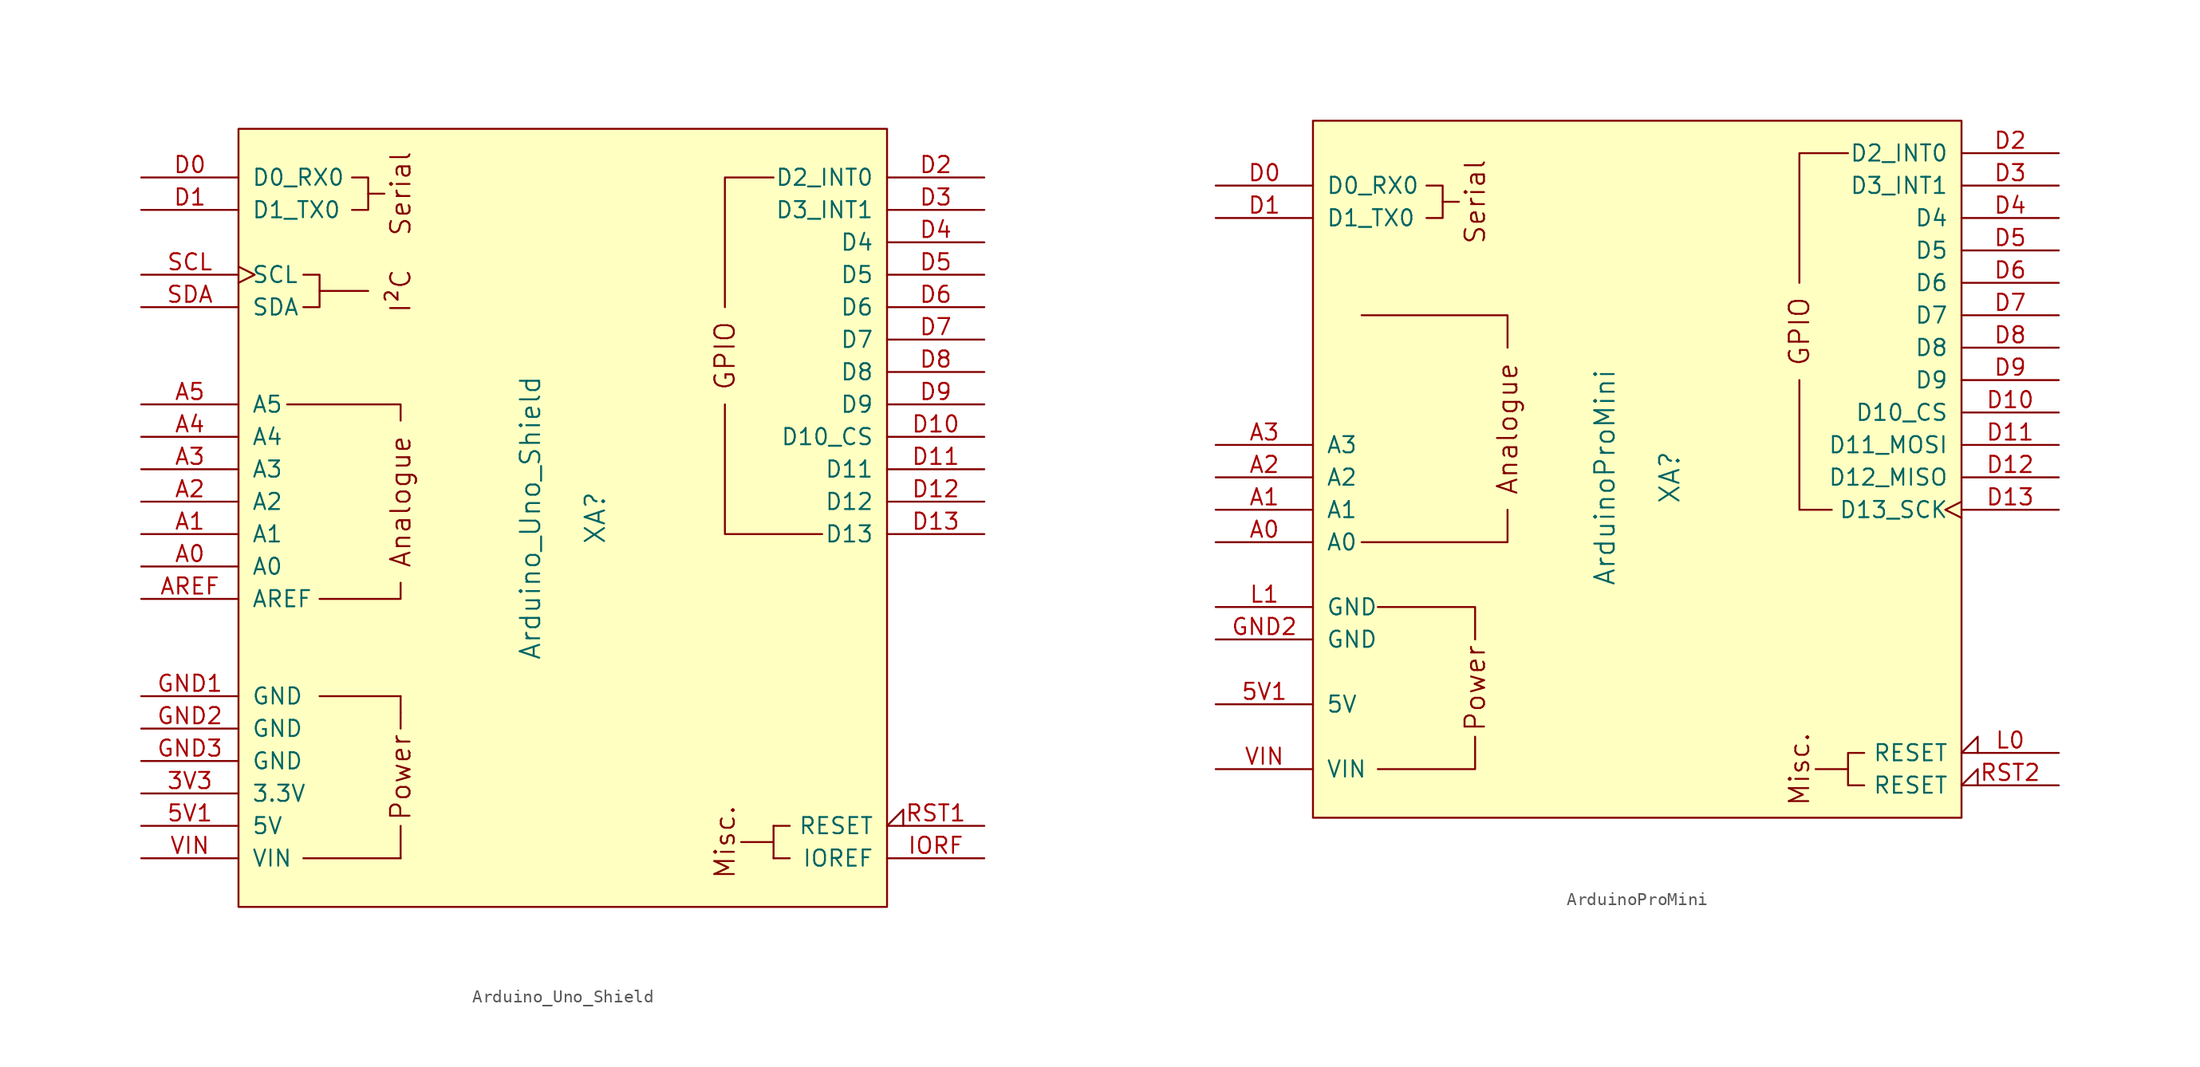
<source format=kicad_sym>
(kicad_symbol_lib
  (version 20211014)
  (generator kicad_symbol_editor)
  (symbol "Arduino_Uno_Shield"
    (pin_names
      (offset 1.016))
    (property "Reference" "XA"
      (at 2.54 0 90)
      (effects (font (size 1.524 1.524))))
    (property "Value" "Arduino_Uno_Shield"
      (at -2.54 0 90)
      (effects (font (size 1.524 1.524))))
    (symbol "Arduino_Uno_Shield_0_0"
      (rectangle (start -25.4 30.48) (end 25.4 -30.48) (stroke (width 0) (type default) (color 0 0 0 0)) (fill (type background)))
      (rectangle (start -20.32 -26.67) (end -12.7 -26.67) (stroke (width 0) (type default) (color 0 0 0 0)) (fill (type none)))
      (rectangle (start -19.05 -13.97) (end -12.7 -13.97) (stroke (width 0) (type default) (color 0 0 0 0)) (fill (type none)))
      (polyline (pts (xy -19.05 17.78) (xy -15.24 17.78)) (stroke (width 0) (type default) (color 0 0 0 0)) (fill (type none)))
      (polyline (pts (xy -15.24 25.4) (xy -13.97 25.4)) (stroke (width 0) (type default) (color 0 0 0 0)) (fill (type none)))
      (polyline (pts (xy -12.7 -26.67) (xy -12.7 -24.13)) (stroke (width 0) (type default) (color 0 0 0 0)) (fill (type none)))
      (polyline (pts (xy -12.7 -15.24) (xy -12.7 -16.51)) (stroke (width 0) (type default) (color 0 0 0 0)) (fill (type none)))
      (polyline (pts (xy -12.7 -13.97) (xy -12.7 -15.24)) (stroke (width 0) (type default) (color 0 0 0 0)) (fill (type none)))
      (polyline (pts (xy -12.7 -5.08) (xy -12.7 -6.35) (xy -19.05 -6.35)) (stroke (width 0) (type default) (color 0 0 0 0)) (fill (type none)))
      (polyline (pts (xy -12.7 7.62) (xy -12.7 8.89) (xy -21.59 8.89)) (stroke (width 0) (type default) (color 0 0 0 0)) (fill (type none)))
      (polyline (pts (xy 12.7 8.89) (xy 12.7 -1.27) (xy 20.32 -1.27)) (stroke (width 0) (type default) (color 0 0 0 0)) (fill (type none)))
      (polyline (pts (xy 12.7 16.51) (xy 12.7 26.67) (xy 16.51 26.67)) (stroke (width 0) (type default) (color 0 0 0 0)) (fill (type none)))
      (polyline (pts (xy -20.32 19.05) (xy -19.05 19.05) (xy -19.05 16.51) (xy -20.32 16.51)) (stroke (width 0) (type default) (color 0 0 0 0)) (fill (type none)))
      (polyline (pts (xy -16.51 26.67) (xy -15.24 26.67) (xy -15.24 24.13) (xy -16.51 24.13)) (stroke (width 0) (type default) (color 0 0 0 0)) (fill (type none)))
      (rectangle (start 16.51 -25.4) (end 13.97 -25.4) (stroke (width 0) (type default) (color 0 0 0 0)) (fill (type none)))
      (rectangle (start 16.51 -24.13) (end 16.51 -26.67) (stroke (width 0) (type default) (color 0 0 0 0)) (fill (type none)))
      (rectangle (start 17.78 -26.67) (end 16.51 -26.67) (stroke (width 0) (type default) (color 0 0 0 0)) (fill (type none)))
      (rectangle (start 17.78 -24.13) (end 16.51 -24.13) (stroke (width 0) (type default) (color 0 0 0 0)) (fill (type none)))
      (text "Analogue" (at -12.7 1.27 900) (effects (font (size 1.524 1.524))))
      (text "I²C" (at -12.7 17.78 900) (effects (font (size 1.524 1.524))))
      (text "Misc." (at 12.7 -25.4 900) (effects (font (size 1.524 1.524))))
      (text "Power" (at -12.7 -20.32 900) (effects (font (size 1.524 1.524))))
      (text "Serial" (at -12.7 25.4 900) (effects (font (size 1.524 1.524)))))
    (symbol "Arduino_Uno_Shield_1_0"
      (text "GPIO" (at 12.7 12.7 900) (effects (font (size 1.524 1.524)))))
    (symbol "Arduino_Uno_Shield_1_1"
      (pin power_in line (at -33.02 -21.59 0) (length 7.62) (name "3.3V" (effects (font (size 1.27 1.27)))) (number "3V3" (effects (font (size 1.27 1.27)))))
      (pin power_in line (at -33.02 -24.13 0) (length 7.62) (name "5V" (effects (font (size 1.27 1.27)))) (number "5V1" (effects (font (size 1.27 1.27)))))
      (pin bidirectional line (at -33.02 -3.81 0) (length 7.62) (name "A0" (effects (font (size 1.27 1.27)))) (number "A0" (effects (font (size 1.27 1.27)))))
      (pin bidirectional line (at -33.02 -1.27 0) (length 7.62) (name "A1" (effects (font (size 1.27 1.27)))) (number "A1" (effects (font (size 1.27 1.27)))))
      (pin bidirectional line (at -33.02 1.27 0) (length 7.62) (name "A2" (effects (font (size 1.27 1.27)))) (number "A2" (effects (font (size 1.27 1.27)))))
      (pin bidirectional line (at -33.02 3.81 0) (length 7.62) (name "A3" (effects (font (size 1.27 1.27)))) (number "A3" (effects (font (size 1.27 1.27)))))
      (pin bidirectional line (at -33.02 6.35 0) (length 7.62) (name "A4" (effects (font (size 1.27 1.27)))) (number "A4" (effects (font (size 1.27 1.27)))))
      (pin bidirectional line (at -33.02 8.89 0) (length 7.62) (name "A5" (effects (font (size 1.27 1.27)))) (number "A5" (effects (font (size 1.27 1.27)))))
      (pin input line (at -33.02 -6.35 0) (length 7.62) (name "AREF" (effects (font (size 1.27 1.27)))) (number "AREF" (effects (font (size 1.27 1.27)))))
      (pin bidirectional line (at -33.02 26.67 0) (length 7.62) (name "D0_RX0" (effects (font (size 1.27 1.27)))) (number "D0" (effects (font (size 1.27 1.27)))))
      (pin bidirectional line (at -33.02 24.13 0) (length 7.62) (name "D1_TX0" (effects (font (size 1.27 1.27)))) (number "D1" (effects (font (size 1.27 1.27)))))
      (pin bidirectional line (at 33.02 6.35 180) (length 7.62) (name "D10_CS" (effects (font (size 1.27 1.27)))) (number "D10" (effects (font (size 1.27 1.27)))))
      (pin bidirectional line (at 33.02 3.81 180) (length 7.62) (name "D11" (effects (font (size 1.27 1.27)))) (number "D11" (effects (font (size 1.27 1.27)))))
      (pin bidirectional line (at 33.02 1.27 180) (length 7.62) (name "D12" (effects (font (size 1.27 1.27)))) (number "D12" (effects (font (size 1.27 1.27)))))
      (pin bidirectional line (at 33.02 -1.27 180) (length 7.62) (name "D13" (effects (font (size 1.27 1.27)))) (number "D13" (effects (font (size 1.27 1.27)))))
      (pin bidirectional line (at 33.02 26.67 180) (length 7.62) (name "D2_INT0" (effects (font (size 1.27 1.27)))) (number "D2" (effects (font (size 1.27 1.27)))))
      (pin bidirectional line (at 33.02 24.13 180) (length 7.62) (name "D3_INT1" (effects (font (size 1.27 1.27)))) (number "D3" (effects (font (size 1.27 1.27)))))
      (pin bidirectional line (at 33.02 21.59 180) (length 7.62) (name "D4" (effects (font (size 1.27 1.27)))) (number "D4" (effects (font (size 1.27 1.27)))))
      (pin bidirectional line (at 33.02 19.05 180) (length 7.62) (name "D5" (effects (font (size 1.27 1.27)))) (number "D5" (effects (font (size 1.27 1.27)))))
      (pin bidirectional line (at 33.02 16.51 180) (length 7.62) (name "D6" (effects (font (size 1.27 1.27)))) (number "D6" (effects (font (size 1.27 1.27)))))
      (pin bidirectional line (at 33.02 13.97 180) (length 7.62) (name "D7" (effects (font (size 1.27 1.27)))) (number "D7" (effects (font (size 1.27 1.27)))))
      (pin bidirectional line (at 33.02 11.43 180) (length 7.62) (name "D8" (effects (font (size 1.27 1.27)))) (number "D8" (effects (font (size 1.27 1.27)))))
      (pin bidirectional line (at 33.02 8.89 180) (length 7.62) (name "D9" (effects (font (size 1.27 1.27)))) (number "D9" (effects (font (size 1.27 1.27)))))
      (pin power_in line (at -33.02 -13.97 0) (length 7.62) (name "GND" (effects (font (size 1.27 1.27)))) (number "GND1" (effects (font (size 1.27 1.27)))))
      (pin power_in line (at -33.02 -16.51 0) (length 7.62) (name "GND" (effects (font (size 1.27 1.27)))) (number "GND2" (effects (font (size 1.27 1.27)))))
      (pin power_in line (at -33.02 -19.05 0) (length 7.62) (name "GND" (effects (font (size 1.27 1.27)))) (number "GND3" (effects (font (size 1.27 1.27)))))
      (pin output line (at 33.02 -26.67 180) (length 7.62) (name "IOREF" (effects (font (size 1.27 1.27)))) (number "IORF" (effects (font (size 1.27 1.27)))))
      (pin open_collector input_low (at 33.02 -24.13 180) (length 7.62) (name "RESET" (effects (font (size 1.27 1.27)))) (number "RST1" (effects (font (size 1.27 1.27)))))
      (pin bidirectional clock (at -33.02 19.05 0) (length 7.62) (name "SCL" (effects (font (size 1.27 1.27)))) (number "SCL" (effects (font (size 1.27 1.27)))))
      (pin bidirectional line (at -33.02 16.51 0) (length 7.62) (name "SDA" (effects (font (size 1.27 1.27)))) (number "SDA" (effects (font (size 1.27 1.27)))))
      (pin power_in line (at -33.02 -26.67 0) (length 7.62) (name "VIN" (effects (font (size 1.27 1.27)))) (number "VIN" (effects (font (size 1.27 1.27)))))))
  (symbol "ArduinoProMini"
    (pin_names
      (offset 1.016))
    (property "Reference" "XA"
      (at 2.54 0 90)
      (effects (font (size 1.524 1.524))))
    (property "Value" "ArduinoProMini"
      (at -2.54 0 90)
      (effects (font (size 1.524 1.524))))
    (symbol "ArduinoProMini_0_0"
      (rectangle (start -25.4 27.94) (end 25.4 -26.67) (stroke (width 0) (type default) (color 0 0 0 0)) (fill (type background)))
      (polyline (pts (xy -15.24 21.59) (xy -13.97 21.59)) (stroke (width 0) (type default) (color 0 0 0 0)) (fill (type none)))
      (polyline (pts (xy 16.51 -22.86) (xy 13.97 -22.86)) (stroke (width 0) (type default) (color 0 0 0 0)) (fill (type none)))
      (polyline (pts (xy -20.32 -22.86) (xy -12.7 -22.86) (xy -12.7 -20.32)) (stroke (width 0) (type default) (color 0 0 0 0)) (fill (type none)))
      (polyline (pts (xy -12.7 -12.7) (xy -12.7 -10.16) (xy -20.32 -10.16)) (stroke (width 0) (type default) (color 0 0 0 0)) (fill (type none)))
      (polyline (pts (xy -10.16 -2.54) (xy -10.16 -5.08) (xy -21.59 -5.08)) (stroke (width 0) (type default) (color 0 0 0 0)) (fill (type none)))
      (polyline (pts (xy -10.16 10.16) (xy -10.16 12.7) (xy -21.59 12.7)) (stroke (width 0) (type default) (color 0 0 0 0)) (fill (type none)))
      (polyline (pts (xy -16.51 22.86) (xy -15.24 22.86) (xy -15.24 20.32) (xy -16.51 20.32)) (stroke (width 0) (type default) (color 0 0 0 0)) (fill (type none)))
      (text "Analogue" (at -10.16 3.81 900) (effects (font (size 1.524 1.524))))
      (text "Misc." (at 12.7 -22.86 900) (effects (font (size 1.524 1.524))))
      (text "Power" (at -12.7 -16.51 900) (effects (font (size 1.524 1.524))))
      (text "Serial" (at -12.7 21.59 900) (effects (font (size 1.524 1.524)))))
    (symbol "ArduinoProMini_0_1"
      (polyline (pts (xy 15.24 -2.54) (xy 12.7 -2.54) (xy 12.7 7.62)) (stroke (width 0) (type default) (color 0 0 0 0)) (fill (type none)))
      (polyline (pts (xy 16.51 25.4) (xy 12.7 25.4) (xy 12.7 15.24)) (stroke (width 0) (type default) (color 0 0 0 0)) (fill (type none)))
      (polyline (pts (xy 17.78 -21.59) (xy 16.51 -21.59) (xy 16.51 -24.13) (xy 17.78 -24.13)) (stroke (width 0) (type default) (color 0 0 0 0)) (fill (type none))))
    (symbol "ArduinoProMini_1_0"
      (text "GPIO" (at 12.7 11.43 900) (effects (font (size 1.524 1.524)))))
    (symbol "ArduinoProMini_1_1"
      (pin power_in line (at -33.02 -17.78 0) (length 7.62) (name "5V" (effects (font (size 1.27 1.27)))) (number "5V1" (effects (font (size 1.27 1.27)))))
      (pin bidirectional line (at -33.02 -5.08 0) (length 7.62) (name "A0" (effects (font (size 1.27 1.27)))) (number "A0" (effects (font (size 1.27 1.27)))))
      (pin bidirectional line (at -33.02 -2.54 0) (length 7.62) (name "A1" (effects (font (size 1.27 1.27)))) (number "A1" (effects (font (size 1.27 1.27)))))
      (pin bidirectional line (at -33.02 0 0) (length 7.62) (name "A2" (effects (font (size 1.27 1.27)))) (number "A2" (effects (font (size 1.27 1.27)))))
      (pin bidirectional line (at -33.02 2.54 0) (length 7.62) (name "A3" (effects (font (size 1.27 1.27)))) (number "A3" (effects (font (size 1.27 1.27)))))
      (pin bidirectional line (at -33.02 22.86 0) (length 7.62) (name "D0_RX0" (effects (font (size 1.27 1.27)))) (number "D0" (effects (font (size 1.27 1.27)))))
      (pin bidirectional line (at -33.02 20.32 0) (length 7.62) (name "D1_TX0" (effects (font (size 1.27 1.27)))) (number "D1" (effects (font (size 1.27 1.27)))))
      (pin bidirectional line (at 33.02 5.08 180) (length 7.62) (name "D10_CS" (effects (font (size 1.27 1.27)))) (number "D10" (effects (font (size 1.27 1.27)))))
      (pin bidirectional line (at 33.02 2.54 180) (length 7.62) (name "D11_MOSI" (effects (font (size 1.27 1.27)))) (number "D11" (effects (font (size 1.27 1.27)))))
      (pin bidirectional line (at 33.02 0 180) (length 7.62) (name "D12_MISO" (effects (font (size 1.27 1.27)))) (number "D12" (effects (font (size 1.27 1.27)))))
      (pin bidirectional clock (at 33.02 -2.54 180) (length 7.62) (name "D13_SCK" (effects (font (size 1.27 1.27)))) (number "D13" (effects (font (size 1.27 1.27)))))
      (pin bidirectional line (at 33.02 25.4 180) (length 7.62) (name "D2_INT0" (effects (font (size 1.27 1.27)))) (number "D2" (effects (font (size 1.27 1.27)))))
      (pin bidirectional line (at 33.02 22.86 180) (length 7.62) (name "D3_INT1" (effects (font (size 1.27 1.27)))) (number "D3" (effects (font (size 1.27 1.27)))))
      (pin bidirectional line (at 33.02 20.32 180) (length 7.62) (name "D4" (effects (font (size 1.27 1.27)))) (number "D4" (effects (font (size 1.27 1.27)))))
      (pin bidirectional line (at 33.02 17.78 180) (length 7.62) (name "D5" (effects (font (size 1.27 1.27)))) (number "D5" (effects (font (size 1.27 1.27)))))
      (pin bidirectional line (at 33.02 15.24 180) (length 7.62) (name "D6" (effects (font (size 1.27 1.27)))) (number "D6" (effects (font (size 1.27 1.27)))))
      (pin bidirectional line (at 33.02 12.7 180) (length 7.62) (name "D7" (effects (font (size 1.27 1.27)))) (number "D7" (effects (font (size 1.27 1.27)))))
      (pin bidirectional line (at 33.02 10.16 180) (length 7.62) (name "D8" (effects (font (size 1.27 1.27)))) (number "D8" (effects (font (size 1.27 1.27)))))
      (pin bidirectional line (at 33.02 7.62 180) (length 7.62) (name "D9" (effects (font (size 1.27 1.27)))) (number "D9" (effects (font (size 1.27 1.27)))))
      (pin power_in line (at -33.02 -12.7 0) (length 7.62) (name "GND" (effects (font (size 1.27 1.27)))) (number "GND2" (effects (font (size 1.27 1.27)))))
      (pin open_collector input_low (at 33.02 -21.59 180) (length 7.62) (name "RESET" (effects (font (size 1.27 1.27)))) (number "L0" (effects (font (size 1.27 1.27)))))
      (pin power_in line (at -33.02 -10.16 0) (length 7.62) (name "GND" (effects (font (size 1.27 1.27)))) (number "L1" (effects (font (size 1.27 1.27)))))
      (pin open_collector input_low (at 33.02 -24.13 180) (length 7.62) (name "RESET" (effects (font (size 1.27 1.27)))) (number "RST2" (effects (font (size 1.27 1.27)))))
      (pin power_in line (at -33.02 -22.86 0) (length 7.62) (name "VIN" (effects (font (size 1.27 1.27)))) (number "VIN" (effects (font (size 1.27 1.27))))))))
</source>
